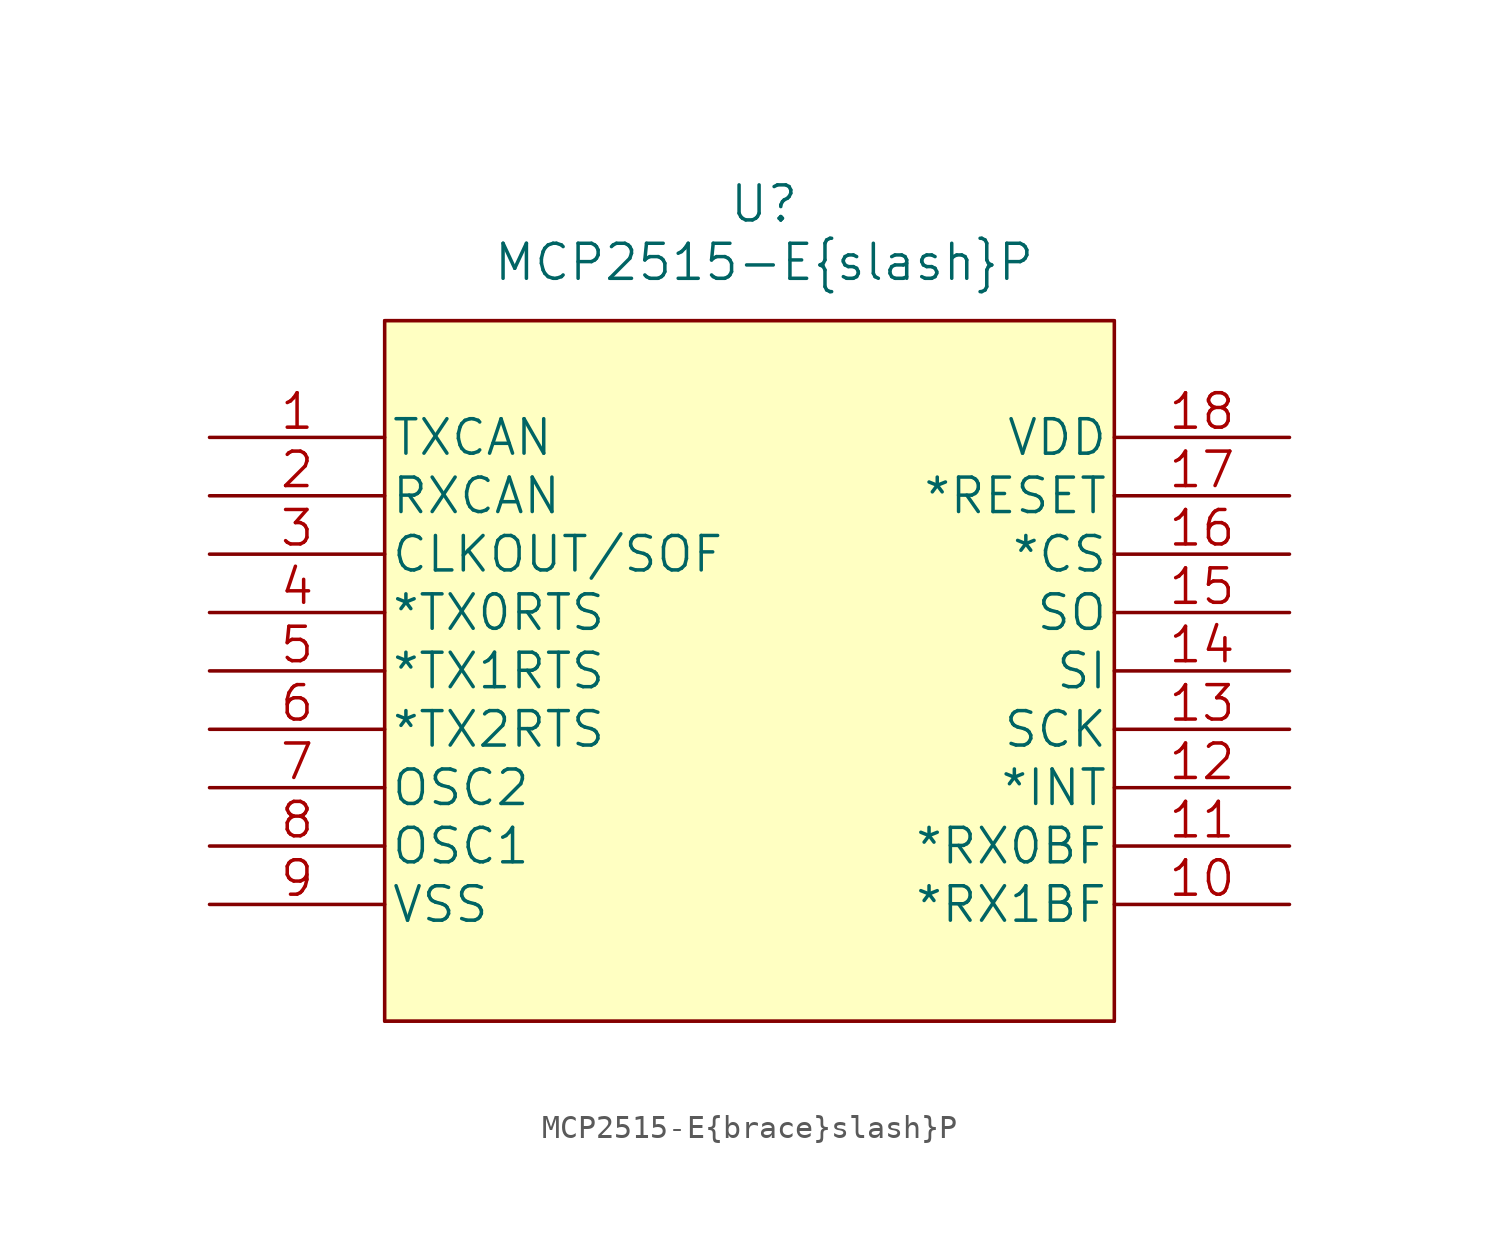
<source format=kicad_sym>
(kicad_symbol_lib
  (version 20211014)
  (generator kicad_symbol_editor)
  (symbol "MCP2515-E{brace}slash}P"
    (pin_names
      (offset 0.254))
    (property "Reference" "U"
      (at 24.13 10.16 0)
      (effects (font (size 1.524 1.524))))
    (property "Value" "MCP2515-E{brace}slash}P"
      (at 24.13 7.62 0)
      (effects (font (size 1.524 1.524))))
    (property "Datasheet" ""
      (at 0 0 0)
      (effects (font (size 1.524 1.524))))
    (property "ki_locked" ""
      (at 0 0 0)
      (effects (font (size 1.27 1.27))))
    (symbol "MCP2515-E{brace}slash}P_0_1"
      (rectangle (start 39.37 -25.4) (end 7.62 5.08) (stroke (width 0) (type default) (color 0 0 0 0)) (fill (type background))))
    (symbol "MCP2515-E{brace}slash}P_1_1"
      (polyline (pts (xy 7.62 -25.4) (xy 39.37 -25.4)) (stroke (width 0.127) (type default) (color 0 0 0 0)) (fill (type none)))
      (polyline (pts (xy 7.62 5.08) (xy 7.62 -25.4)) (stroke (width 0.127) (type default) (color 0 0 0 0)) (fill (type none)))
      (polyline (pts (xy 39.37 -25.4) (xy 39.37 5.08)) (stroke (width 0.127) (type default) (color 0 0 0 0)) (fill (type none)))
      (polyline (pts (xy 39.37 5.08) (xy 7.62 5.08)) (stroke (width 0.127) (type default) (color 0 0 0 0)) (fill (type none)))
      (pin unspecified line (at 0 0 0) (length 7.62) (name "TXCAN" (effects (font (size 1.499 1.499)))) (number "1" (effects (font (size 1.499 1.499)))))
      (pin unspecified line (at 46.99 -20.32 180) (length 7.62) (name "*RX1BF" (effects (font (size 1.499 1.499)))) (number "10" (effects (font (size 1.499 1.499)))))
      (pin unspecified line (at 46.99 -17.78 180) (length 7.62) (name "*RX0BF" (effects (font (size 1.499 1.499)))) (number "11" (effects (font (size 1.499 1.499)))))
      (pin unspecified line (at 46.99 -15.24 180) (length 7.62) (name "*INT" (effects (font (size 1.499 1.499)))) (number "12" (effects (font (size 1.499 1.499)))))
      (pin unspecified line (at 46.99 -12.7 180) (length 7.62) (name "SCK" (effects (font (size 1.499 1.499)))) (number "13" (effects (font (size 1.499 1.499)))))
      (pin unspecified line (at 46.99 -10.16 180) (length 7.62) (name "SI" (effects (font (size 1.499 1.499)))) (number "14" (effects (font (size 1.499 1.499)))))
      (pin unspecified line (at 46.99 -7.62 180) (length 7.62) (name "SO" (effects (font (size 1.499 1.499)))) (number "15" (effects (font (size 1.499 1.499)))))
      (pin unspecified line (at 46.99 -5.08 180) (length 7.62) (name "*CS" (effects (font (size 1.499 1.499)))) (number "16" (effects (font (size 1.499 1.499)))))
      (pin unspecified line (at 46.99 -2.54 180) (length 7.62) (name "*RESET" (effects (font (size 1.499 1.499)))) (number "17" (effects (font (size 1.499 1.499)))))
      (pin unspecified line (at 46.99 0 180) (length 7.62) (name "VDD" (effects (font (size 1.499 1.499)))) (number "18" (effects (font (size 1.499 1.499)))))
      (pin unspecified line (at 0 -2.54 0) (length 7.62) (name "RXCAN" (effects (font (size 1.499 1.499)))) (number "2" (effects (font (size 1.499 1.499)))))
      (pin unspecified line (at 0 -5.08 0) (length 7.62) (name "CLKOUT/SOF" (effects (font (size 1.499 1.499)))) (number "3" (effects (font (size 1.499 1.499)))))
      (pin unspecified line (at 0 -7.62 0) (length 7.62) (name "*TX0RTS" (effects (font (size 1.499 1.499)))) (number "4" (effects (font (size 1.499 1.499)))))
      (pin unspecified line (at 0 -10.16 0) (length 7.62) (name "*TX1RTS" (effects (font (size 1.499 1.499)))) (number "5" (effects (font (size 1.499 1.499)))))
      (pin unspecified line (at 0 -12.7 0) (length 7.62) (name "*TX2RTS" (effects (font (size 1.499 1.499)))) (number "6" (effects (font (size 1.499 1.499)))))
      (pin unspecified line (at 0 -15.24 0) (length 7.62) (name "OSC2" (effects (font (size 1.499 1.499)))) (number "7" (effects (font (size 1.499 1.499)))))
      (pin unspecified line (at 0 -17.78 0) (length 7.62) (name "OSC1" (effects (font (size 1.499 1.499)))) (number "8" (effects (font (size 1.499 1.499)))))
      (pin unspecified line (at 0 -20.32 0) (length 7.62) (name "VSS" (effects (font (size 1.499 1.499)))) (number "9" (effects (font (size 1.499 1.499))))))))
</source>
